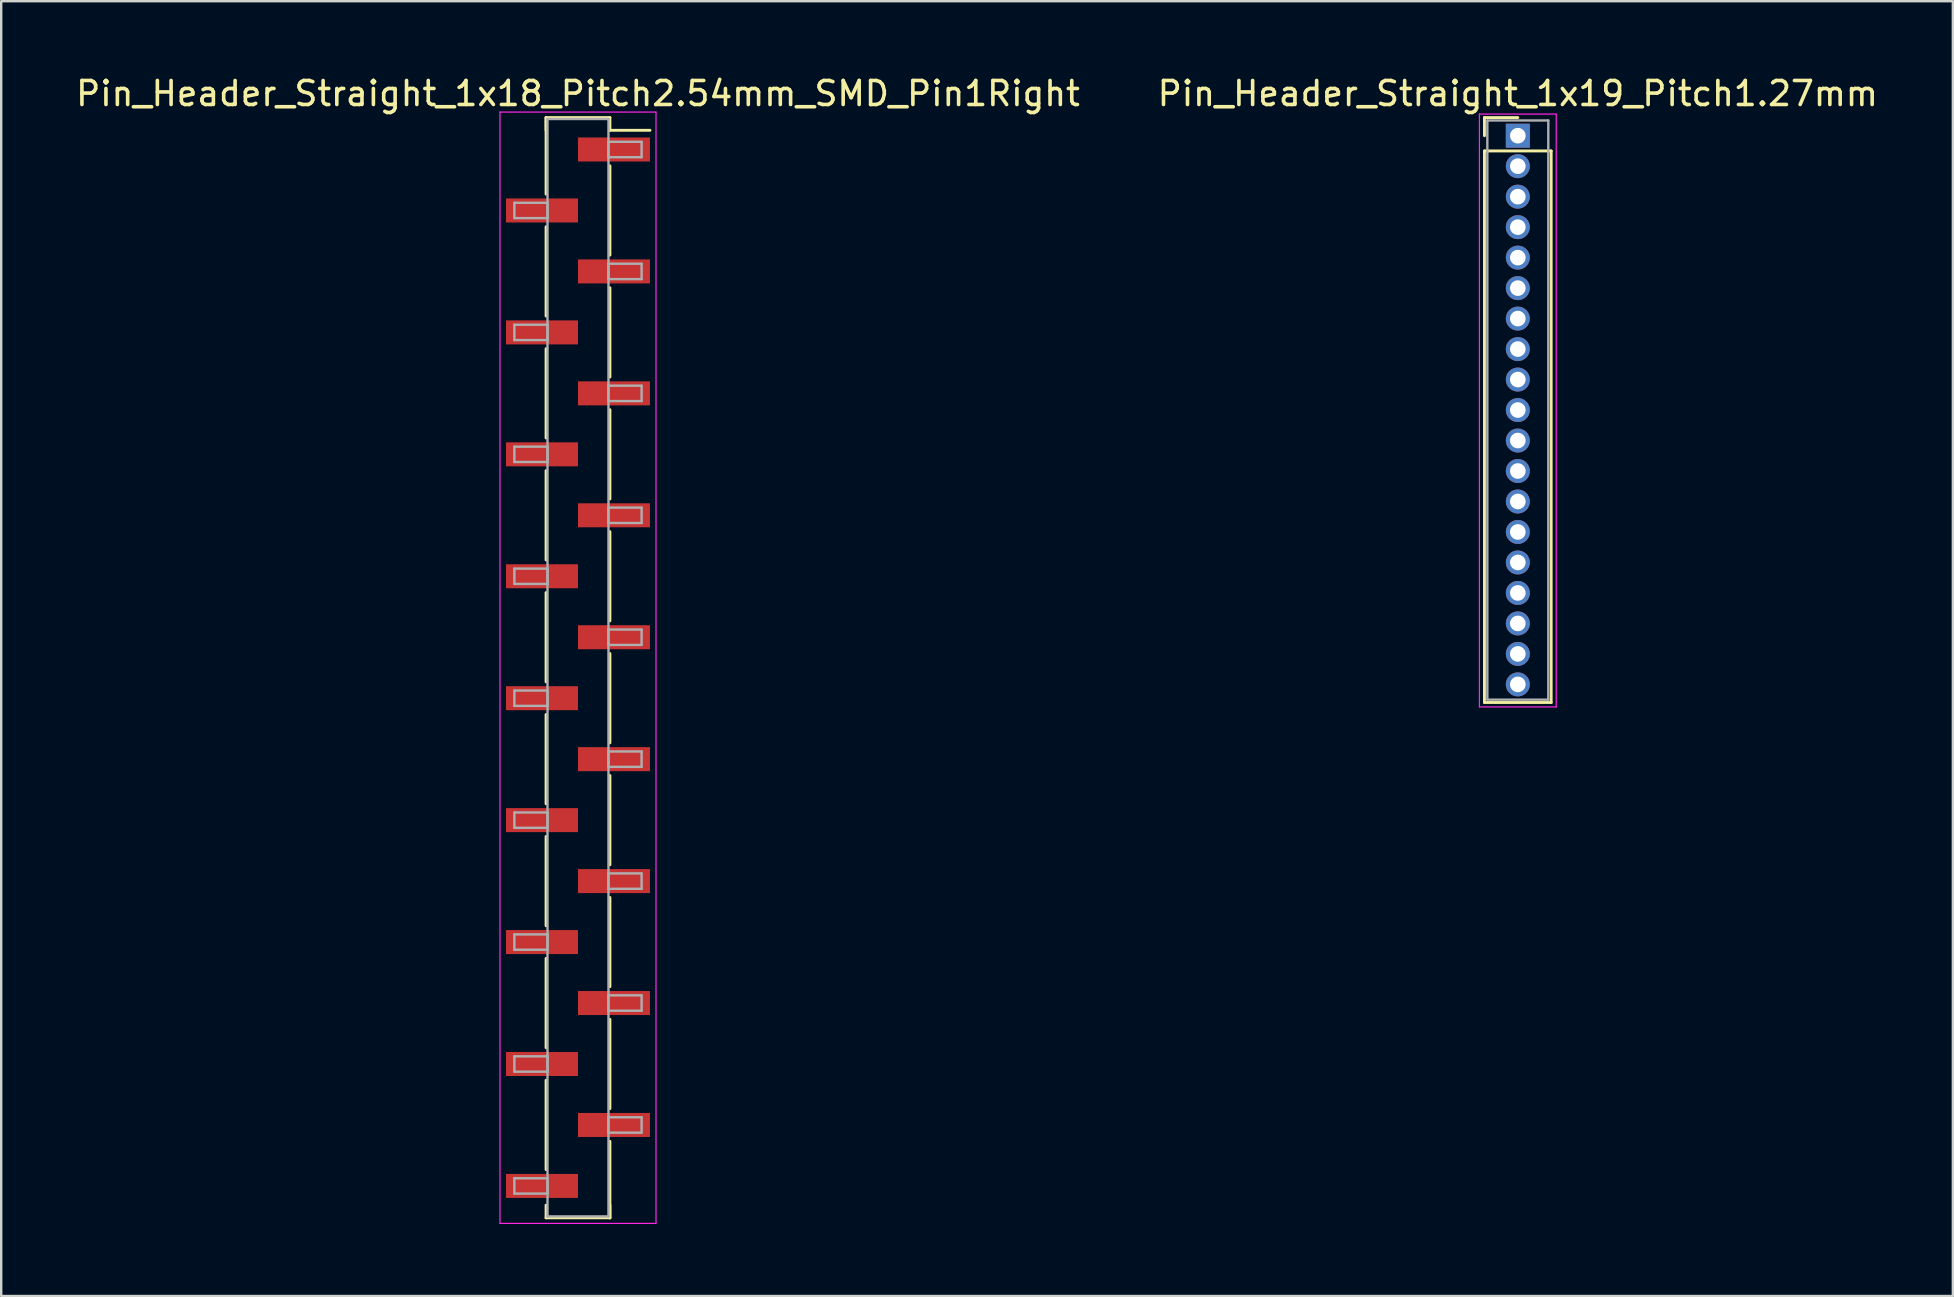
<source format=kicad_pcb>
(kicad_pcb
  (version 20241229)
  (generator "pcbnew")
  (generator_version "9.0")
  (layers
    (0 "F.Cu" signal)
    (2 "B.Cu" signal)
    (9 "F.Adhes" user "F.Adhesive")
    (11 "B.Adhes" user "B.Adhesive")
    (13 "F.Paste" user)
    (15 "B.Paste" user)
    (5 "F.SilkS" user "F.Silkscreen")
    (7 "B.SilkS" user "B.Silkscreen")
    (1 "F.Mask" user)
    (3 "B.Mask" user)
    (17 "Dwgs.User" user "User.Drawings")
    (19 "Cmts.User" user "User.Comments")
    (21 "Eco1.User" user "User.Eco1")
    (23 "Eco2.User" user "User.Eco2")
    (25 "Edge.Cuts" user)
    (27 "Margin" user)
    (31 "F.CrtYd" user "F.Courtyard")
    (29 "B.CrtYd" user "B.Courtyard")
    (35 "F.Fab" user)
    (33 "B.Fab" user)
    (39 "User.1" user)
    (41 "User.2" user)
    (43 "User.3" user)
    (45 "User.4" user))
  (footprint "Pin_Header_Straight_1x18_Pitch2.54mm_SMD_Pin1Right"
    (layer "F.Cu")
    (at 21.03 24.768)
    (property "Reference" "Pin_Header_Straight_1x18_Pitch2.54mm_SMD_Pin1Right" (at 0 -23.92 0) (layer "F.SilkS") (effects (font (size 1 1) (thickness 0.15))))
    (attr smd)
    (fp_line (start -1.33 -22.92) (end -1.33 -19.73) (stroke (width 0.12) (type solid)) (layer "F.SilkS"))
    (fp_line (start -1.33 -22.92) (end 1.33 -22.92) (stroke (width 0.12) (type solid)) (layer "F.SilkS"))
    (fp_line (start -1.33 -22.39) (end -1.33 -22.92) (stroke (width 0.12) (type solid)) (layer "F.SilkS"))
    (fp_line (start -1.33 -18.37) (end -1.33 -14.65) (stroke (width 0.12) (type solid)) (layer "F.SilkS"))
    (fp_line (start -1.33 -13.29) (end -1.33 -9.57) (stroke (width 0.12) (type solid)) (layer "F.SilkS"))
    (fp_line (start -1.33 -8.21) (end -1.33 -4.49) (stroke (width 0.12) (type solid)) (layer "F.SilkS"))
    (fp_line (start -1.33 -3.13) (end -1.33 0.59) (stroke (width 0.12) (type solid)) (layer "F.SilkS"))
    (fp_line (start -1.33 1.95) (end -1.33 5.67) (stroke (width 0.12) (type solid)) (layer "F.SilkS"))
    (fp_line (start -1.33 7.03) (end -1.33 10.75) (stroke (width 0.12) (type solid)) (layer "F.SilkS"))
    (fp_line (start -1.33 12.11) (end -1.33 15.83) (stroke (width 0.12) (type solid)) (layer "F.SilkS"))
    (fp_line (start -1.33 17.19) (end -1.33 20.91) (stroke (width 0.12) (type solid)) (layer "F.SilkS"))
    (fp_line (start -1.33 22.39) (end -1.33 22.92) (stroke (width 0.12) (type solid)) (layer "F.SilkS"))
    (fp_line (start -1.33 22.92) (end 1.33 22.92) (stroke (width 0.12) (type solid)) (layer "F.SilkS"))
    (fp_line (start 1.33 -22.92) (end 1.33 -22.39) (stroke (width 0.12) (type solid)) (layer "F.SilkS"))
    (fp_line (start 1.33 -22.39) (end 3 -22.39) (stroke (width 0.12) (type solid)) (layer "F.SilkS"))
    (fp_line (start 1.33 -20.91) (end 1.33 -17.19) (stroke (width 0.12) (type solid)) (layer "F.SilkS"))
    (fp_line (start 1.33 -15.83) (end 1.33 -12.11) (stroke (width 0.12) (type solid)) (layer "F.SilkS"))
    (fp_line (start 1.33 -10.75) (end 1.33 -7.03) (stroke (width 0.12) (type solid)) (layer "F.SilkS"))
    (fp_line (start 1.33 -5.67) (end 1.33 -1.95) (stroke (width 0.12) (type solid)) (layer "F.SilkS"))
    (fp_line (start 1.33 -0.59) (end 1.33 3.13) (stroke (width 0.12) (type solid)) (layer "F.SilkS"))
    (fp_line (start 1.33 4.49) (end 1.33 8.21) (stroke (width 0.12) (type solid)) (layer "F.SilkS"))
    (fp_line (start 1.33 9.57) (end 1.33 13.29) (stroke (width 0.12) (type solid)) (layer "F.SilkS"))
    (fp_line (start 1.33 14.65) (end 1.33 18.37) (stroke (width 0.12) (type solid)) (layer "F.SilkS"))
    (fp_line (start 1.33 19.73) (end 1.33 22.92) (stroke (width 0.12) (type solid)) (layer "F.SilkS"))
    (fp_line (start 1.33 22.92) (end 1.33 22.39) (stroke (width 0.12) (type solid)) (layer "F.SilkS"))
    (fp_line (start -3.25 -23.15) (end -3.25 23.15) (stroke (width 0.05) (type solid)) (layer "F.CrtYd"))
    (fp_line (start -3.25 23.15) (end 3.25 23.15) (stroke (width 0.05) (type solid)) (layer "F.CrtYd"))
    (fp_line (start 3.25 -23.15) (end -3.25 -23.15) (stroke (width 0.05) (type solid)) (layer "F.CrtYd"))
    (fp_line (start 3.25 23.15) (end 3.25 -23.15) (stroke (width 0.05) (type solid)) (layer "F.CrtYd"))
    (fp_line (start -2.65 -19.37) (end -1.27 -19.37) (stroke (width 0.1) (type solid)) (layer "F.Fab"))
    (fp_line (start -2.65 -18.73) (end -2.65 -19.37) (stroke (width 0.1) (type solid)) (layer "F.Fab"))
    (fp_line (start -2.65 -14.29) (end -1.27 -14.29) (stroke (width 0.1) (type solid)) (layer "F.Fab"))
    (fp_line (start -2.65 -13.65) (end -2.65 -14.29) (stroke (width 0.1) (type solid)) (layer "F.Fab"))
    (fp_line (start -2.65 -9.21) (end -1.27 -9.21) (stroke (width 0.1) (type solid)) (layer "F.Fab"))
    (fp_line (start -2.65 -8.57) (end -2.65 -9.21) (stroke (width 0.1) (type solid)) (layer "F.Fab"))
    (fp_line (start -2.65 -4.13) (end -1.27 -4.13) (stroke (width 0.1) (type solid)) (layer "F.Fab"))
    (fp_line (start -2.65 -3.49) (end -2.65 -4.13) (stroke (width 0.1) (type solid)) (layer "F.Fab"))
    (fp_line (start -2.65 0.95) (end -1.27 0.95) (stroke (width 0.1) (type solid)) (layer "F.Fab"))
    (fp_line (start -2.65 1.59) (end -2.65 0.95) (stroke (width 0.1) (type solid)) (layer "F.Fab"))
    (fp_line (start -2.65 6.03) (end -1.27 6.03) (stroke (width 0.1) (type solid)) (layer "F.Fab"))
    (fp_line (start -2.65 6.67) (end -2.65 6.03) (stroke (width 0.1) (type solid)) (layer "F.Fab"))
    (fp_line (start -2.65 11.11) (end -1.27 11.11) (stroke (width 0.1) (type solid)) (layer "F.Fab"))
    (fp_line (start -2.65 11.75) (end -2.65 11.11) (stroke (width 0.1) (type solid)) (layer "F.Fab"))
    (fp_line (start -2.65 16.19) (end -1.27 16.19) (stroke (width 0.1) (type solid)) (layer "F.Fab"))
    (fp_line (start -2.65 16.83) (end -2.65 16.19) (stroke (width 0.1) (type solid)) (layer "F.Fab"))
    (fp_line (start -2.65 21.27) (end -1.27 21.27) (stroke (width 0.1) (type solid)) (layer "F.Fab"))
    (fp_line (start -2.65 21.91) (end -2.65 21.27) (stroke (width 0.1) (type solid)) (layer "F.Fab"))
    (fp_line (start -1.27 -22.86) (end -1.27 22.86) (stroke (width 0.1) (type solid)) (layer "F.Fab"))
    (fp_line (start -1.27 -19.37) (end -1.27 -18.73) (stroke (width 0.1) (type solid)) (layer "F.Fab"))
    (fp_line (start -1.27 -18.73) (end -2.65 -18.73) (stroke (width 0.1) (type solid)) (layer "F.Fab"))
    (fp_line (start -1.27 -14.29) (end -1.27 -13.65) (stroke (width 0.1) (type solid)) (layer "F.Fab"))
    (fp_line (start -1.27 -13.65) (end -2.65 -13.65) (stroke (width 0.1) (type solid)) (layer "F.Fab"))
    (fp_line (start -1.27 -9.21) (end -1.27 -8.57) (stroke (width 0.1) (type solid)) (layer "F.Fab"))
    (fp_line (start -1.27 -8.57) (end -2.65 -8.57) (stroke (width 0.1) (type solid)) (layer "F.Fab"))
    (fp_line (start -1.27 -4.13) (end -1.27 -3.49) (stroke (width 0.1) (type solid)) (layer "F.Fab"))
    (fp_line (start -1.27 -3.49) (end -2.65 -3.49) (stroke (width 0.1) (type solid)) (layer "F.Fab"))
    (fp_line (start -1.27 0.95) (end -1.27 1.59) (stroke (width 0.1) (type solid)) (layer "F.Fab"))
    (fp_line (start -1.27 1.59) (end -2.65 1.59) (stroke (width 0.1) (type solid)) (layer "F.Fab"))
    (fp_line (start -1.27 6.03) (end -1.27 6.67) (stroke (width 0.1) (type solid)) (layer "F.Fab"))
    (fp_line (start -1.27 6.67) (end -2.65 6.67) (stroke (width 0.1) (type solid)) (layer "F.Fab"))
    (fp_line (start -1.27 11.11) (end -1.27 11.75) (stroke (width 0.1) (type solid)) (layer "F.Fab"))
    (fp_line (start -1.27 11.75) (end -2.65 11.75) (stroke (width 0.1) (type solid)) (layer "F.Fab"))
    (fp_line (start -1.27 16.19) (end -1.27 16.83) (stroke (width 0.1) (type solid)) (layer "F.Fab"))
    (fp_line (start -1.27 16.83) (end -2.65 16.83) (stroke (width 0.1) (type solid)) (layer "F.Fab"))
    (fp_line (start -1.27 21.27) (end -1.27 21.91) (stroke (width 0.1) (type solid)) (layer "F.Fab"))
    (fp_line (start -1.27 21.91) (end -2.65 21.91) (stroke (width 0.1) (type solid)) (layer "F.Fab"))
    (fp_line (start -1.27 22.86) (end 1.27 22.86) (stroke (width 0.1) (type solid)) (layer "F.Fab"))
    (fp_line (start 1.27 -22.86) (end -1.27 -22.86) (stroke (width 0.1) (type solid)) (layer "F.Fab"))
    (fp_line (start 1.27 -21.91) (end 1.27 -21.27) (stroke (width 0.1) (type solid)) (layer "F.Fab"))
    (fp_line (start 1.27 -21.27) (end 2.65 -21.27) (stroke (width 0.1) (type solid)) (layer "F.Fab"))
    (fp_line (start 1.27 -16.83) (end 1.27 -16.19) (stroke (width 0.1) (type solid)) (layer "F.Fab"))
    (fp_line (start 1.27 -16.19) (end 2.65 -16.19) (stroke (width 0.1) (type solid)) (layer "F.Fab"))
    (fp_line (start 1.27 -11.75) (end 1.27 -11.11) (stroke (width 0.1) (type solid)) (layer "F.Fab"))
    (fp_line (start 1.27 -11.11) (end 2.65 -11.11) (stroke (width 0.1) (type solid)) (layer "F.Fab"))
    (fp_line (start 1.27 -6.67) (end 1.27 -6.03) (stroke (width 0.1) (type solid)) (layer "F.Fab"))
    (fp_line (start 1.27 -6.03) (end 2.65 -6.03) (stroke (width 0.1) (type solid)) (layer "F.Fab"))
    (fp_line (start 1.27 -1.59) (end 1.27 -0.95) (stroke (width 0.1) (type solid)) (layer "F.Fab"))
    (fp_line (start 1.27 -0.95) (end 2.65 -0.95) (stroke (width 0.1) (type solid)) (layer "F.Fab"))
    (fp_line (start 1.27 3.49) (end 1.27 4.13) (stroke (width 0.1) (type solid)) (layer "F.Fab"))
    (fp_line (start 1.27 4.13) (end 2.65 4.13) (stroke (width 0.1) (type solid)) (layer "F.Fab"))
    (fp_line (start 1.27 8.57) (end 1.27 9.21) (stroke (width 0.1) (type solid)) (layer "F.Fab"))
    (fp_line (start 1.27 9.21) (end 2.65 9.21) (stroke (width 0.1) (type solid)) (layer "F.Fab"))
    (fp_line (start 1.27 13.65) (end 1.27 14.29) (stroke (width 0.1) (type solid)) (layer "F.Fab"))
    (fp_line (start 1.27 14.29) (end 2.65 14.29) (stroke (width 0.1) (type solid)) (layer "F.Fab"))
    (fp_line (start 1.27 18.73) (end 1.27 19.37) (stroke (width 0.1) (type solid)) (layer "F.Fab"))
    (fp_line (start 1.27 19.37) (end 2.65 19.37) (stroke (width 0.1) (type solid)) (layer "F.Fab"))
    (fp_line (start 1.27 22.86) (end 1.27 -22.86) (stroke (width 0.1) (type solid)) (layer "F.Fab"))
    (fp_line (start 2.65 -21.91) (end 1.27 -21.91) (stroke (width 0.1) (type solid)) (layer "F.Fab"))
    (fp_line (start 2.65 -21.27) (end 2.65 -21.91) (stroke (width 0.1) (type solid)) (layer "F.Fab"))
    (fp_line (start 2.65 -16.83) (end 1.27 -16.83) (stroke (width 0.1) (type solid)) (layer "F.Fab"))
    (fp_line (start 2.65 -16.19) (end 2.65 -16.83) (stroke (width 0.1) (type solid)) (layer "F.Fab"))
    (fp_line (start 2.65 -11.75) (end 1.27 -11.75) (stroke (width 0.1) (type solid)) (layer "F.Fab"))
    (fp_line (start 2.65 -11.11) (end 2.65 -11.75) (stroke (width 0.1) (type solid)) (layer "F.Fab"))
    (fp_line (start 2.65 -6.67) (end 1.27 -6.67) (stroke (width 0.1) (type solid)) (layer "F.Fab"))
    (fp_line (start 2.65 -6.03) (end 2.65 -6.67) (stroke (width 0.1) (type solid)) (layer "F.Fab"))
    (fp_line (start 2.65 -1.59) (end 1.27 -1.59) (stroke (width 0.1) (type solid)) (layer "F.Fab"))
    (fp_line (start 2.65 -0.95) (end 2.65 -1.59) (stroke (width 0.1) (type solid)) (layer "F.Fab"))
    (fp_line (start 2.65 3.49) (end 1.27 3.49) (stroke (width 0.1) (type solid)) (layer "F.Fab"))
    (fp_line (start 2.65 4.13) (end 2.65 3.49) (stroke (width 0.1) (type solid)) (layer "F.Fab"))
    (fp_line (start 2.65 8.57) (end 1.27 8.57) (stroke (width 0.1) (type solid)) (layer "F.Fab"))
    (fp_line (start 2.65 9.21) (end 2.65 8.57) (stroke (width 0.1) (type solid)) (layer "F.Fab"))
    (fp_line (start 2.65 13.65) (end 1.27 13.65) (stroke (width 0.1) (type solid)) (layer "F.Fab"))
    (fp_line (start 2.65 14.29) (end 2.65 13.65) (stroke (width 0.1) (type solid)) (layer "F.Fab"))
    (fp_line (start 2.65 18.73) (end 1.27 18.73) (stroke (width 0.1) (type solid)) (layer "F.Fab"))
    (fp_line (start 2.65 19.37) (end 2.65 18.73) (stroke (width 0.1) (type solid)) (layer "F.Fab"))
    (pad "1" smd rect (at 1.5 -21.59) (size 3 1) (layers "F.Cu" "F.Mask"))
    (pad "2" smd rect (at -1.5 -19.05) (size 3 1) (layers "F.Cu" "F.Mask"))
    (pad "3" smd rect (at 1.5 -16.51) (size 3 1) (layers "F.Cu" "F.Mask"))
    (pad "4" smd rect (at -1.5 -13.97) (size 3 1) (layers "F.Cu" "F.Mask"))
    (pad "5" smd rect (at 1.5 -11.43) (size 3 1) (layers "F.Cu" "F.Mask"))
    (pad "6" smd rect (at -1.5 -8.89) (size 3 1) (layers "F.Cu" "F.Mask"))
    (pad "7" smd rect (at 1.5 -6.35) (size 3 1) (layers "F.Cu" "F.Mask"))
    (pad "8" smd rect (at -1.5 -3.81) (size 3 1) (layers "F.Cu" "F.Mask"))
    (pad "9" smd rect (at 1.5 -1.27) (size 3 1) (layers "F.Cu" "F.Mask"))
    (pad "10" smd rect (at -1.5 1.27) (size 3 1) (layers "F.Cu" "F.Mask"))
    (pad "11" smd rect (at 1.5 3.81) (size 3 1) (layers "F.Cu" "F.Mask"))
    (pad "12" smd rect (at -1.5 6.35) (size 3 1) (layers "F.Cu" "F.Mask"))
    (pad "13" smd rect (at 1.5 8.89) (size 3 1) (layers "F.Cu" "F.Mask"))
    (pad "14" smd rect (at -1.5 11.43) (size 3 1) (layers "F.Cu" "F.Mask"))
    (pad "15" smd rect (at 1.5 13.97) (size 3 1) (layers "F.Cu" "F.Mask"))
    (pad "16" smd rect (at -1.5 16.51) (size 3 1) (layers "F.Cu" "F.Mask"))
    (pad "17" smd rect (at 1.5 19.05) (size 3 1) (layers "F.Cu" "F.Mask"))
    (pad "18" smd rect (at -1.5 21.59) (size 3 1) (layers "F.Cu" "F.Mask")))
  (footprint "Pin_Header_Straight_1x19_Pitch1.27mm"
    (layer "F.Cu")
    (at 60.185 2.603)
    (property "Reference" "Pin_Header_Straight_1x19_Pitch1.27mm" (at 0 -1.755 0) (layer "F.SilkS") (effects (font (size 1 1) (thickness 0.15))))
    (attr through_hole)
    (fp_line (start -1.39 -0.755) (end 0 -0.755) (stroke (width 0.12) (type solid)) (layer "F.SilkS"))
    (fp_line (start -1.39 0) (end -1.39 -0.755) (stroke (width 0.12) (type solid)) (layer "F.SilkS"))
    (fp_line (start -1.39 0.635) (end -1.39 23.615) (stroke (width 0.12) (type solid)) (layer "F.SilkS"))
    (fp_line (start -1.39 23.615) (end 1.39 23.615) (stroke (width 0.12) (type solid)) (layer "F.SilkS"))
    (fp_line (start 1.39 0.635) (end -1.39 0.635) (stroke (width 0.12) (type solid)) (layer "F.SilkS"))
    (fp_line (start 1.39 23.615) (end 1.39 0.635) (stroke (width 0.12) (type solid)) (layer "F.SilkS"))
    (fp_line (start -1.6 -0.9) (end -1.6 23.8) (stroke (width 0.05) (type solid)) (layer "F.CrtYd"))
    (fp_line (start -1.6 23.8) (end 1.6 23.8) (stroke (width 0.05) (type solid)) (layer "F.CrtYd"))
    (fp_line (start 1.6 -0.9) (end -1.6 -0.9) (stroke (width 0.05) (type solid)) (layer "F.CrtYd"))
    (fp_line (start 1.6 23.8) (end 1.6 -0.9) (stroke (width 0.05) (type solid)) (layer "F.CrtYd"))
    (fp_line (start -1.27 -0.635) (end -1.27 23.495) (stroke (width 0.1) (type solid)) (layer "F.Fab"))
    (fp_line (start -1.27 23.495) (end 1.27 23.495) (stroke (width 0.1) (type solid)) (layer "F.Fab"))
    (fp_line (start 1.27 -0.635) (end -1.27 -0.635) (stroke (width 0.1) (type solid)) (layer "F.Fab"))
    (fp_line (start 1.27 23.495) (end 1.27 -0.635) (stroke (width 0.1) (type solid)) (layer "F.Fab"))
    (pad "1" thru_hole rect (at 0 0) (size 1 1) (drill 0.65) (layers "*.Cu" "*.Mask"))
    (pad "2" thru_hole oval (at 0 1.27) (size 1 1) (drill 0.65) (layers "*.Cu" "*.Mask"))
    (pad "3" thru_hole oval (at 0 2.54) (size 1 1) (drill 0.65) (layers "*.Cu" "*.Mask"))
    (pad "4" thru_hole oval (at 0 3.81) (size 1 1) (drill 0.65) (layers "*.Cu" "*.Mask"))
    (pad "5" thru_hole oval (at 0 5.08) (size 1 1) (drill 0.65) (layers "*.Cu" "*.Mask"))
    (pad "6" thru_hole oval (at 0 6.35) (size 1 1) (drill 0.65) (layers "*.Cu" "*.Mask"))
    (pad "7" thru_hole oval (at 0 7.62) (size 1 1) (drill 0.65) (layers "*.Cu" "*.Mask"))
    (pad "8" thru_hole oval (at 0 8.89) (size 1 1) (drill 0.65) (layers "*.Cu" "*.Mask"))
    (pad "9" thru_hole oval (at 0 10.16) (size 1 1) (drill 0.65) (layers "*.Cu" "*.Mask"))
    (pad "10" thru_hole oval (at 0 11.43) (size 1 1) (drill 0.65) (layers "*.Cu" "*.Mask"))
    (pad "11" thru_hole oval (at 0 12.7) (size 1 1) (drill 0.65) (layers "*.Cu" "*.Mask"))
    (pad "12" thru_hole oval (at 0 13.97) (size 1 1) (drill 0.65) (layers "*.Cu" "*.Mask"))
    (pad "13" thru_hole oval (at 0 15.24) (size 1 1) (drill 0.65) (layers "*.Cu" "*.Mask"))
    (pad "14" thru_hole oval (at 0 16.51) (size 1 1) (drill 0.65) (layers "*.Cu" "*.Mask"))
    (pad "15" thru_hole oval (at 0 17.78) (size 1 1) (drill 0.65) (layers "*.Cu" "*.Mask"))
    (pad "16" thru_hole oval (at 0 19.05) (size 1 1) (drill 0.65) (layers "*.Cu" "*.Mask"))
    (pad "17" thru_hole oval (at 0 20.32) (size 1 1) (drill 0.65) (layers "*.Cu" "*.Mask"))
    (pad "18" thru_hole oval (at 0 21.59) (size 1 1) (drill 0.65) (layers "*.Cu" "*.Mask"))
    (pad "19" thru_hole oval (at 0 22.86) (size 1 1) (drill 0.65) (layers "*.Cu" "*.Mask")))
  (gr_rect
    (start -3 -3)
    (end 78.31 50.943)
    (stroke (width 0.1) (type default))
    (fill no)
    (layer "Edge.Cuts")))
</source>
